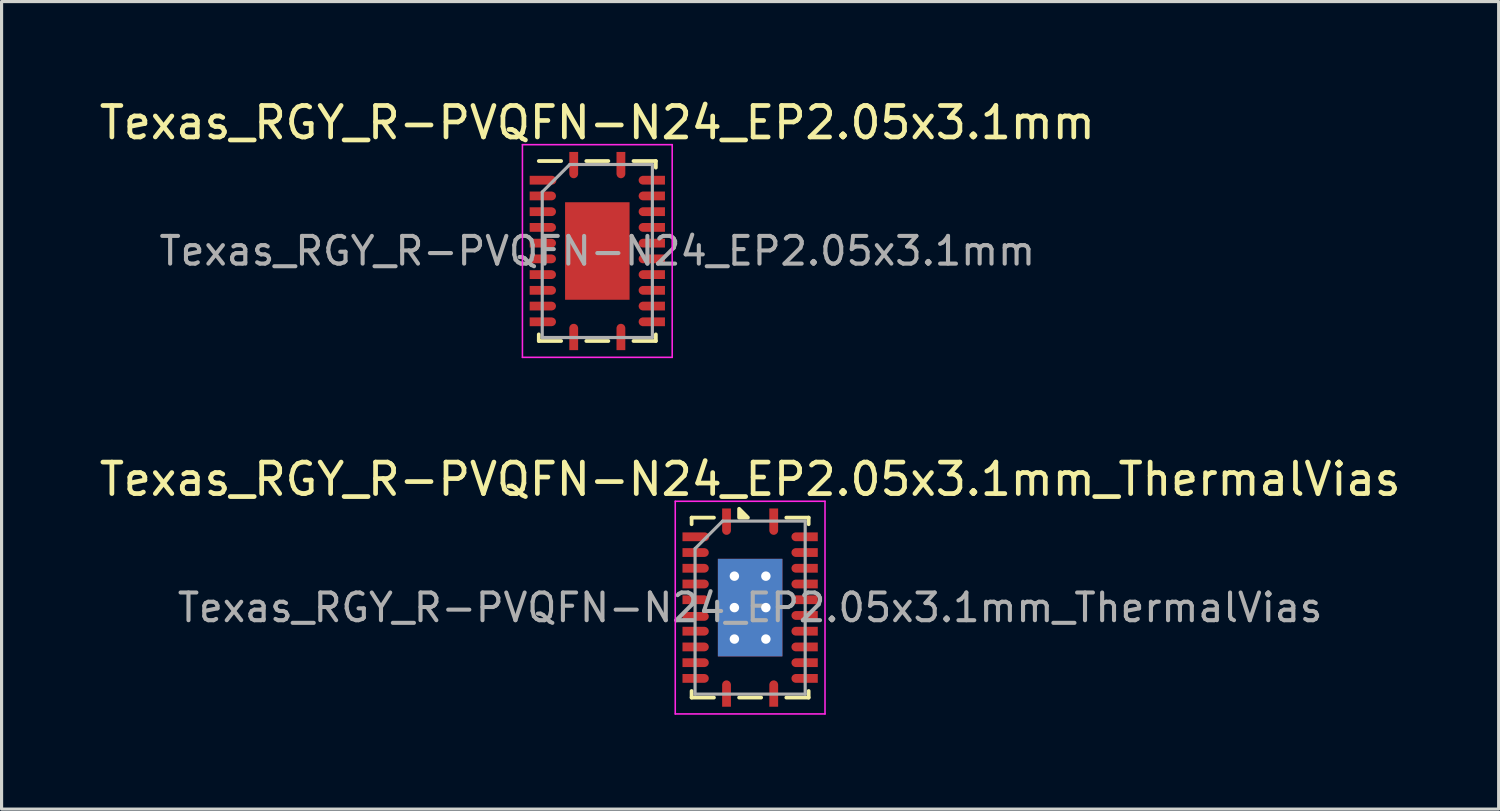
<source format=kicad_pcb>
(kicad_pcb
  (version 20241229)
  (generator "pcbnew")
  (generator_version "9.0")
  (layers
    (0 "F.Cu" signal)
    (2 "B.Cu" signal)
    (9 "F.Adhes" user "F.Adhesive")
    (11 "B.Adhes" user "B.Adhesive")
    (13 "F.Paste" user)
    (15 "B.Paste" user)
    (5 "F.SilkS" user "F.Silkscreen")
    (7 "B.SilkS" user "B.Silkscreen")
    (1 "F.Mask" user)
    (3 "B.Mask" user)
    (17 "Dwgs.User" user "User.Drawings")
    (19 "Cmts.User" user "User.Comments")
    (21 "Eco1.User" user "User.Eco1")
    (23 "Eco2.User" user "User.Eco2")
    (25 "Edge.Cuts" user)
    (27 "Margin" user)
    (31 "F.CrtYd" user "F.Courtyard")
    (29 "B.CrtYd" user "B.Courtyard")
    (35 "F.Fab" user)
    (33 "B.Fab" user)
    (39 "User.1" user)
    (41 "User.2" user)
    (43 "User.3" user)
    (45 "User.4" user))
  (footprint "Texas_RGY_R-PVQFN-N24_EP2.05x3.1mm_ThermalVias"
    (layer "F.Cu")
    (at 20.792 16.262)
    (property "Reference" "Texas_RGY_R-PVQFN-N24_EP2.05x3.1mm_ThermalVias" (at 0 -4.08 0) (layer "F.SilkS") (effects (font (size 1 1) (thickness 0.15))))
    (attr smd)
    (fp_line (start -1.86 -2.86) (end -1.86 -2.65) (stroke (width 0.12) (type solid)) (layer "F.SilkS"))
    (fp_line (start -1.86 2.86) (end -1.86 2.65) (stroke (width 0.12) (type solid)) (layer "F.SilkS"))
    (fp_line (start -1.15 -2.86) (end -1.86 -2.86) (stroke (width 0.12) (type solid)) (layer "F.SilkS"))
    (fp_line (start -1.15 2.86) (end -1.86 2.86) (stroke (width 0.12) (type solid)) (layer "F.SilkS"))
    (fp_line (start 0.35 2.86) (end -0.35 2.86) (stroke (width 0.12) (type solid)) (layer "F.SilkS"))
    (fp_line (start 1.15 -2.86) (end 1.86 -2.86) (stroke (width 0.12) (type solid)) (layer "F.SilkS"))
    (fp_line (start 1.15 2.86) (end 1.86 2.86) (stroke (width 0.12) (type solid)) (layer "F.SilkS"))
    (fp_line (start 1.86 -2.86) (end 1.86 -2.65) (stroke (width 0.12) (type solid)) (layer "F.SilkS"))
    (fp_line (start 1.86 2.86) (end 1.86 2.65) (stroke (width 0.12) (type solid)) (layer "F.SilkS"))
    (fp_poly (pts (xy -0.35 -2.86) (xy -0.35 -3.14) (xy -0.07 -2.86) (xy -0.35 -2.86)) (stroke (width 0.12) (type solid)) (fill yes) (layer "F.SilkS"))
    (fp_line (start -2.38 -3.38) (end -2.38 3.38) (stroke (width 0.05) (type solid)) (layer "F.CrtYd"))
    (fp_line (start -2.38 3.38) (end 2.38 3.38) (stroke (width 0.05) (type solid)) (layer "F.CrtYd"))
    (fp_line (start 2.38 -3.38) (end -2.38 -3.38) (stroke (width 0.05) (type solid)) (layer "F.CrtYd"))
    (fp_line (start 2.38 3.38) (end 2.38 -3.38) (stroke (width 0.05) (type solid)) (layer "F.CrtYd"))
    (fp_line (start -1.75 -1.875) (end -0.875 -2.75) (stroke (width 0.1) (type solid)) (layer "F.Fab"))
    (fp_line (start -1.75 2.75) (end -1.75 -1.875) (stroke (width 0.1) (type solid)) (layer "F.Fab"))
    (fp_line (start -0.875 -2.75) (end 1.75 -2.75) (stroke (width 0.1) (type solid)) (layer "F.Fab"))
    (fp_line (start 1.75 -2.75) (end 1.75 2.75) (stroke (width 0.1) (type solid)) (layer "F.Fab"))
    (fp_line (start 1.75 2.75) (end -1.75 2.75) (stroke (width 0.1) (type solid)) (layer "F.Fab"))
    (fp_text user "${REFERENCE}" (at 0 0 0) (layer "F.Fab") (effects (font (size 0.88 0.88) (thickness 0.13))))
    (pad "" smd rect (at -0.56 -0.81) (size 0.82 1.32) (layers "F.Paste"))
    (pad "" smd rect (at -0.56 0.81) (size 0.82 1.32) (layers "F.Paste"))
    (pad "" smd rect (at 0.56 -0.81) (size 0.82 1.32) (layers "F.Paste"))
    (pad "" smd rect (at 0.56 0.81) (size 0.82 1.32) (layers "F.Paste"))
    (pad "1" smd custom (at -0.75 -2.795) (size 0.28 0.71) (layers "F.Cu" "F.Mask" "F.Paste") (options (anchor rect)) (primitives (gr_circle (center 0 0.343) (end 0.14 0.343) (width 0) (fill yes))))
    (pad "2" smd custom (at -1.795 -2.25) (size 0.71 0.28) (layers "F.Cu" "F.Mask" "F.Paste") (options (anchor rect)) (primitives (gr_circle (center 0.355 0) (end 0.495 0) (width 0) (fill yes))))
    (pad "3" smd custom (at -1.795 -1.75) (size 0.71 0.28) (layers "F.Cu" "F.Mask" "F.Paste") (options (anchor rect)) (primitives (gr_circle (center 0.343 0) (end 0.482 0) (width 0) (fill yes))))
    (pad "4" smd custom (at -1.795 -1.25) (size 0.71 0.28) (layers "F.Cu" "F.Mask" "F.Paste") (options (anchor rect)) (primitives (gr_circle (center 0.343 0) (end 0.482 0) (width 0) (fill yes))))
    (pad "5" smd custom (at -1.795 -0.75) (size 0.71 0.28) (layers "F.Cu" "F.Mask" "F.Paste") (options (anchor rect)) (primitives (gr_circle (center 0.343 0) (end 0.482 0) (width 0) (fill yes))))
    (pad "6" smd custom (at -1.795 -0.25) (size 0.71 0.28) (layers "F.Cu" "F.Mask" "F.Paste") (options (anchor rect)) (primitives (gr_circle (center 0.343 0) (end 0.482 0) (width 0) (fill yes))))
    (pad "7" smd custom (at -1.795 0.28) (size 0.71 0.28) (layers "F.Cu" "F.Mask" "F.Paste") (options (anchor rect)) (primitives (gr_circle (center 0.343 0) (end 0.482 0) (width 0) (fill yes))))
    (pad "8" smd custom (at -1.795 0.75) (size 0.71 0.28) (layers "F.Cu" "F.Mask" "F.Paste") (options (anchor rect)) (primitives (gr_circle (center 0.343 0) (end 0.482 0) (width 0) (fill yes))))
    (pad "9" smd custom (at -1.795 1.25) (size 0.71 0.28) (layers "F.Cu" "F.Mask" "F.Paste") (options (anchor rect)) (primitives (gr_circle (center 0.343 0) (end 0.482 0) (width 0) (fill yes))))
    (pad "10" smd custom (at -1.795 1.75) (size 0.71 0.28) (layers "F.Cu" "F.Mask" "F.Paste") (options (anchor rect)) (primitives (gr_circle (center 0.343 0) (end 0.482 0) (width 0) (fill yes))))
    (pad "11" smd custom (at -1.795 2.25) (size 0.71 0.28) (layers "F.Cu" "F.Mask" "F.Paste") (options (anchor rect)) (primitives (gr_circle (center 0.343 0) (end 0.482 0) (width 0) (fill yes))))
    (pad "12" smd custom (at -0.75 2.795) (size 0.28 0.71) (layers "F.Cu" "F.Mask" "F.Paste") (options (anchor rect)) (primitives (gr_circle (center 0 -0.343) (end 0.14 -0.343) (width 0) (fill yes))))
    (pad "13" smd custom (at 0.75 2.795) (size 0.28 0.71) (layers "F.Cu" "F.Mask" "F.Paste") (options (anchor rect)) (primitives (gr_circle (center 0 -0.343) (end 0.14 -0.343) (width 0) (fill yes))))
    (pad "14" smd custom (at 1.795 2.25) (size 0.71 0.28) (layers "F.Cu" "F.Mask" "F.Paste") (options (anchor rect)) (primitives (gr_circle (center -0.343 0) (end -0.203 0) (width 0) (fill yes))))
    (pad "15" smd custom (at 1.795 1.75) (size 0.71 0.28) (layers "F.Cu" "F.Mask" "F.Paste") (options (anchor rect)) (primitives (gr_circle (center -0.343 0) (end -0.203 0) (width 0) (fill yes))))
    (pad "16" smd custom (at 1.795 1.25) (size 0.71 0.28) (layers "F.Cu" "F.Mask" "F.Paste") (options (anchor rect)) (primitives (gr_circle (center -0.343 0) (end -0.203 0) (width 0) (fill yes))))
    (pad "17" smd custom (at 1.795 0.75) (size 0.71 0.28) (layers "F.Cu" "F.Mask" "F.Paste") (options (anchor rect)) (primitives (gr_circle (center -0.343 0) (end -0.203 0) (width 0) (fill yes))))
    (pad "18" smd custom (at 1.795 0.25) (size 0.71 0.28) (layers "F.Cu" "F.Mask" "F.Paste") (options (anchor rect)) (primitives (gr_circle (center -0.343 0) (end -0.203 0) (width 0) (fill yes))))
    (pad "19" smd custom (at 1.795 -0.25) (size 0.71 0.28) (layers "F.Cu" "F.Mask" "F.Paste") (options (anchor rect)) (primitives (gr_circle (center -0.343 0) (end -0.203 0) (width 0) (fill yes))))
    (pad "20" smd custom (at 1.795 -0.75) (size 0.71 0.28) (layers "F.Cu" "F.Mask" "F.Paste") (options (anchor rect)) (primitives (gr_circle (center -0.343 0) (end -0.203 0) (width 0) (fill yes))))
    (pad "21" smd custom (at 1.795 -1.25) (size 0.71 0.28) (layers "F.Cu" "F.Mask" "F.Paste") (options (anchor rect)) (primitives (gr_circle (center -0.343 0) (end -0.203 0) (width 0) (fill yes))))
    (pad "22" smd custom (at 1.795 -1.75) (size 0.71 0.28) (layers "F.Cu" "F.Mask" "F.Paste") (options (anchor rect)) (primitives (gr_circle (center -0.343 0) (end -0.203 0) (width 0) (fill yes))))
    (pad "23" smd custom (at 1.795 -2.25) (size 0.71 0.28) (layers "F.Cu" "F.Mask" "F.Paste") (options (anchor rect)) (primitives (gr_circle (center -0.343 0) (end -0.203 0) (width 0) (fill yes))))
    (pad "24" smd custom (at 0.75 -2.795) (size 0.28 0.71) (layers "F.Cu" "F.Mask" "F.Paste") (options (anchor rect)) (primitives (gr_circle (center 0 0.343) (end 0.14 0.343) (width 0) (fill yes))))
    (pad "25" thru_hole circle (at -0.5 -1) (size 0.6 0.6) (drill 0.3) (layers "*.Cu"))
    (pad "25" thru_hole circle (at -0.5 0) (size 0.6 0.6) (drill 0.3) (layers "*.Cu"))
    (pad "25" thru_hole circle (at -0.5 1) (size 0.6 0.6) (drill 0.3) (layers "*.Cu"))
    (pad "25" smd rect (at 0 0) (size 2.05 3.1) (layers "F.Cu" "F.Mask"))
    (pad "25" smd rect (at 0 0) (size 2.05 3.1) (layers "B.Cu"))
    (pad "25" thru_hole circle (at 0.5 -1) (size 0.6 0.6) (drill 0.3) (layers "*.Cu"))
    (pad "25" thru_hole circle (at 0.5 0) (size 0.6 0.6) (drill 0.3) (layers "*.Cu"))
    (pad "25" thru_hole circle (at 0.5 1) (size 0.6 0.6) (drill 0.3) (layers "*.Cu")))
  (footprint "Texas_RGY_R-PVQFN-N24_EP2.05x3.1mm"
    (layer "F.Cu")
    (at 15.935 4.928)
    (property "Reference" "Texas_RGY_R-PVQFN-N24_EP2.05x3.1mm" (at 0 -4.08 0) (layer "F.SilkS") (effects (font (size 1 1) (thickness 0.15))))
    (attr smd)
    (fp_line (start -1.86 2.86) (end -1.86 2.65) (stroke (width 0.12) (type solid)) (layer "F.SilkS"))
    (fp_line (start -1.15 -2.86) (end -1.86 -2.86) (stroke (width 0.12) (type solid)) (layer "F.SilkS"))
    (fp_line (start -1.15 2.86) (end -1.86 2.86) (stroke (width 0.12) (type solid)) (layer "F.SilkS"))
    (fp_line (start 0.35 -2.86) (end -0.35 -2.86) (stroke (width 0.12) (type solid)) (layer "F.SilkS"))
    (fp_line (start 0.35 2.86) (end -0.35 2.86) (stroke (width 0.12) (type solid)) (layer "F.SilkS"))
    (fp_line (start 1.15 -2.86) (end 1.86 -2.86) (stroke (width 0.12) (type solid)) (layer "F.SilkS"))
    (fp_line (start 1.15 2.86) (end 1.86 2.86) (stroke (width 0.12) (type solid)) (layer "F.SilkS"))
    (fp_line (start 1.86 -2.86) (end 1.86 -2.65) (stroke (width 0.12) (type solid)) (layer "F.SilkS"))
    (fp_line (start 1.86 2.86) (end 1.86 2.65) (stroke (width 0.12) (type solid)) (layer "F.SilkS"))
    (fp_line (start -2.38 -3.38) (end -2.38 3.38) (stroke (width 0.05) (type solid)) (layer "F.CrtYd"))
    (fp_line (start -2.38 3.38) (end 2.38 3.38) (stroke (width 0.05) (type solid)) (layer "F.CrtYd"))
    (fp_line (start 2.38 -3.38) (end -2.38 -3.38) (stroke (width 0.05) (type solid)) (layer "F.CrtYd"))
    (fp_line (start 2.38 3.38) (end 2.38 -3.38) (stroke (width 0.05) (type solid)) (layer "F.CrtYd"))
    (fp_line (start -1.75 -1.875) (end -0.875 -2.75) (stroke (width 0.1) (type solid)) (layer "F.Fab"))
    (fp_line (start -1.75 2.75) (end -1.75 -1.875) (stroke (width 0.1) (type solid)) (layer "F.Fab"))
    (fp_line (start -0.875 -2.75) (end 1.75 -2.75) (stroke (width 0.1) (type solid)) (layer "F.Fab"))
    (fp_line (start 1.75 -2.75) (end 1.75 2.75) (stroke (width 0.1) (type solid)) (layer "F.Fab"))
    (fp_line (start 1.75 2.75) (end -1.75 2.75) (stroke (width 0.1) (type solid)) (layer "F.Fab"))
    (fp_text user "${REFERENCE}" (at 0 0 0) (layer "F.Fab") (effects (font (size 0.88 0.88) (thickness 0.13))))
    (pad "" smd rect (at -0.56 -0.81) (size 0.82 1.32) (layers "F.Paste"))
    (pad "" smd rect (at -0.56 0.81) (size 0.82 1.32) (layers "F.Paste"))
    (pad "" smd rect (at 0.56 -0.81) (size 0.82 1.32) (layers "F.Paste"))
    (pad "" smd rect (at 0.56 0.81) (size 0.82 1.32) (layers "F.Paste"))
    (pad "1" smd custom (at -0.75 -2.795) (size 0.28 0.71) (layers "F.Cu" "F.Mask" "F.Paste") (options (anchor rect)) (primitives (gr_circle (center 0 0.343) (end 0.14 0.343) (width 0) (fill yes))))
    (pad "2" smd custom (at -1.795 -2.25) (size 0.71 0.28) (layers "F.Cu" "F.Mask" "F.Paste") (options (anchor rect)) (primitives (gr_circle (center 0.355 0) (end 0.495 0) (width 0) (fill yes))))
    (pad "3" smd custom (at -1.795 -1.75) (size 0.71 0.28) (layers "F.Cu" "F.Mask" "F.Paste") (options (anchor rect)) (primitives (gr_circle (center 0.343 0) (end 0.482 0) (width 0) (fill yes))))
    (pad "4" smd custom (at -1.795 -1.25) (size 0.71 0.28) (layers "F.Cu" "F.Mask" "F.Paste") (options (anchor rect)) (primitives (gr_circle (center 0.343 0) (end 0.482 0) (width 0) (fill yes))))
    (pad "5" smd custom (at -1.795 -0.75) (size 0.71 0.28) (layers "F.Cu" "F.Mask" "F.Paste") (options (anchor rect)) (primitives (gr_circle (center 0.343 0) (end 0.482 0) (width 0) (fill yes))))
    (pad "6" smd custom (at -1.795 -0.25) (size 0.71 0.28) (layers "F.Cu" "F.Mask" "F.Paste") (options (anchor rect)) (primitives (gr_circle (center 0.343 0) (end 0.482 0) (width 0) (fill yes))))
    (pad "7" smd custom (at -1.795 0.25) (size 0.71 0.28) (layers "F.Cu" "F.Mask" "F.Paste") (options (anchor rect)) (primitives (gr_circle (center 0.343 0) (end 0.482 0) (width 0) (fill yes))))
    (pad "8" smd custom (at -1.795 0.75) (size 0.71 0.28) (layers "F.Cu" "F.Mask" "F.Paste") (options (anchor rect)) (primitives (gr_circle (center 0.343 0) (end 0.482 0) (width 0) (fill yes))))
    (pad "9" smd custom (at -1.795 1.25) (size 0.71 0.28) (layers "F.Cu" "F.Mask" "F.Paste") (options (anchor rect)) (primitives (gr_circle (center 0.343 0) (end 0.482 0) (width 0) (fill yes))))
    (pad "10" smd custom (at -1.795 1.75) (size 0.71 0.28) (layers "F.Cu" "F.Mask" "F.Paste") (options (anchor rect)) (primitives (gr_circle (center 0.343 0) (end 0.482 0) (width 0) (fill yes))))
    (pad "11" smd custom (at -1.795 2.25) (size 0.71 0.28) (layers "F.Cu" "F.Mask" "F.Paste") (options (anchor rect)) (primitives (gr_circle (center 0.343 0) (end 0.482 0) (width 0) (fill yes))))
    (pad "12" smd custom (at -0.75 2.795) (size 0.28 0.71) (layers "F.Cu" "F.Mask" "F.Paste") (options (anchor rect)) (primitives (gr_circle (center 0 -0.343) (end 0.14 -0.343) (width 0) (fill yes))))
    (pad "13" smd custom (at 0.75 2.795) (size 0.28 0.71) (layers "F.Cu" "F.Mask" "F.Paste") (options (anchor rect)) (primitives (gr_circle (center 0 -0.343) (end 0.14 -0.343) (width 0) (fill yes))))
    (pad "14" smd custom (at 1.795 2.25) (size 0.71 0.28) (layers "F.Cu" "F.Mask" "F.Paste") (options (anchor rect)) (primitives (gr_circle (center -0.343 0) (end -0.203 0) (width 0) (fill yes))))
    (pad "15" smd custom (at 1.795 1.75) (size 0.71 0.28) (layers "F.Cu" "F.Mask" "F.Paste") (options (anchor rect)) (primitives (gr_circle (center -0.343 0) (end -0.203 0) (width 0) (fill yes))))
    (pad "16" smd custom (at 1.795 1.25) (size 0.71 0.28) (layers "F.Cu" "F.Mask" "F.Paste") (options (anchor rect)) (primitives (gr_circle (center -0.343 0) (end -0.203 0) (width 0) (fill yes))))
    (pad "17" smd custom (at 1.795 0.75) (size 0.71 0.28) (layers "F.Cu" "F.Mask" "F.Paste") (options (anchor rect)) (primitives (gr_circle (center -0.343 0) (end -0.203 0) (width 0) (fill yes))))
    (pad "18" smd custom (at 1.795 0.25) (size 0.71 0.28) (layers "F.Cu" "F.Mask" "F.Paste") (options (anchor rect)) (primitives (gr_circle (center -0.343 0) (end -0.203 0) (width 0) (fill yes))))
    (pad "19" smd custom (at 1.795 -0.25) (size 0.71 0.28) (layers "F.Cu" "F.Mask" "F.Paste") (options (anchor rect)) (primitives (gr_circle (center -0.343 0) (end -0.203 0) (width 0) (fill yes))))
    (pad "20" smd custom (at 1.795 -0.75) (size 0.71 0.28) (layers "F.Cu" "F.Mask" "F.Paste") (options (anchor rect)) (primitives (gr_circle (center -0.343 0) (end -0.203 0) (width 0) (fill yes))))
    (pad "21" smd custom (at 1.795 -1.25) (size 0.71 0.28) (layers "F.Cu" "F.Mask" "F.Paste") (options (anchor rect)) (primitives (gr_circle (center -0.343 0) (end -0.203 0) (width 0) (fill yes))))
    (pad "22" smd custom (at 1.795 -1.75) (size 0.71 0.28) (layers "F.Cu" "F.Mask" "F.Paste") (options (anchor rect)) (primitives (gr_circle (center -0.343 0) (end -0.203 0) (width 0) (fill yes))))
    (pad "23" smd custom (at 1.795 -2.25) (size 0.71 0.28) (layers "F.Cu" "F.Mask" "F.Paste") (options (anchor rect)) (primitives (gr_circle (center -0.343 0) (end -0.203 0) (width 0) (fill yes))))
    (pad "24" smd custom (at 0.75 -2.795) (size 0.28 0.71) (layers "F.Cu" "F.Mask" "F.Paste") (options (anchor rect)) (primitives (gr_circle (center 0 0.343) (end 0.14 0.343) (width 0) (fill yes))))
    (pad "25" smd rect (at 0 0) (size 2.05 3.1) (layers "F.Cu" "F.Mask")))
  (gr_rect
    (start -3 -3)
    (end 44.583 22.666)
    (stroke (width 0.1) (type default))
    (fill no)
    (layer "Edge.Cuts")))
</source>
